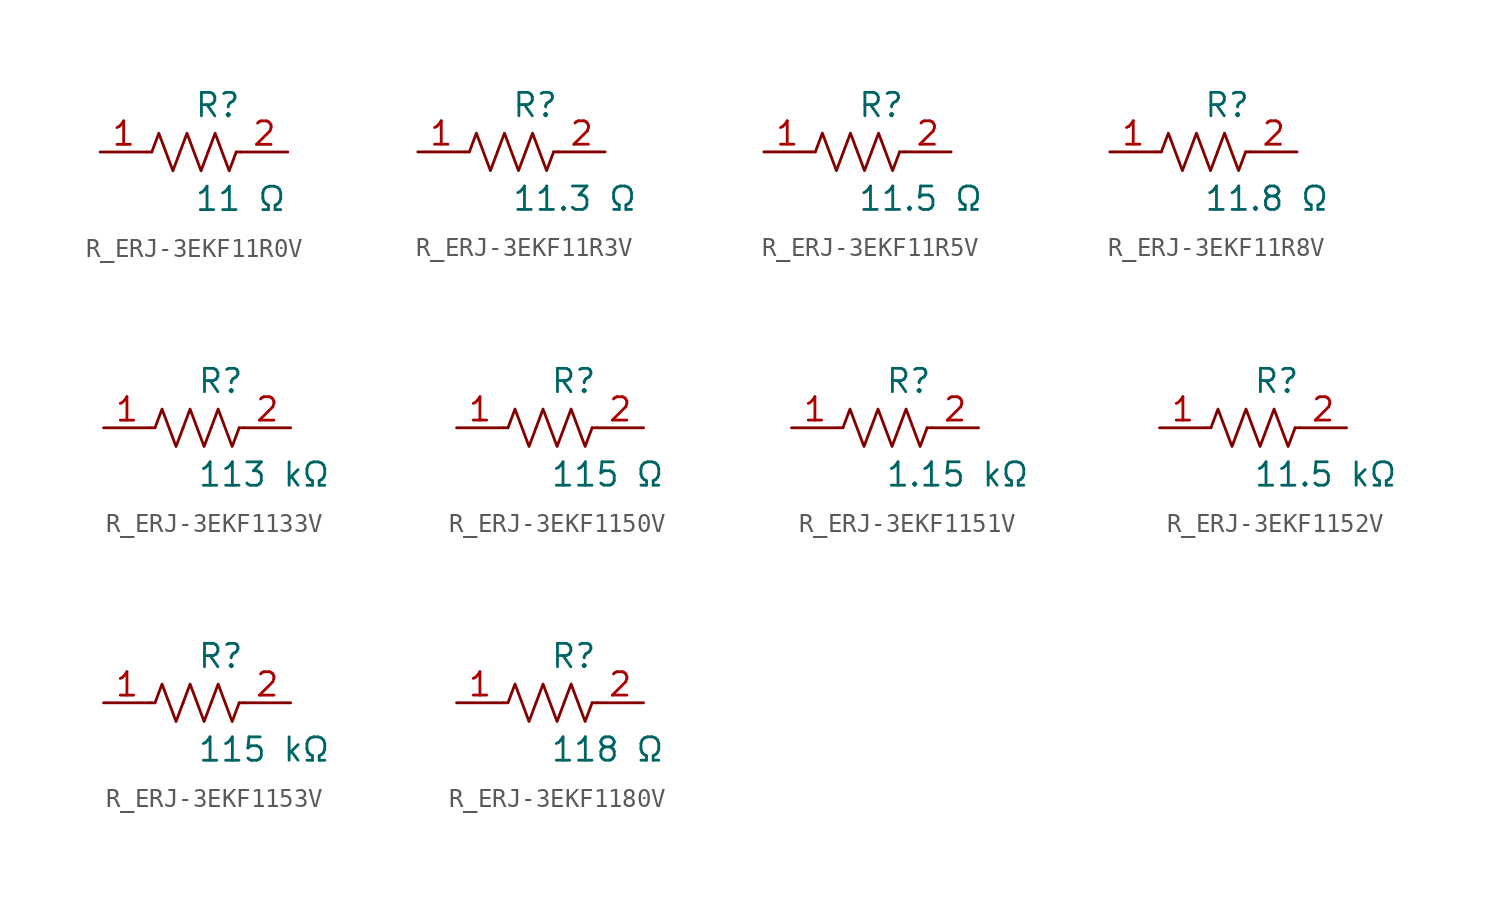
<source format=kicad_sym>
(kicad_symbol_lib
  (version 20231120)
  (generator "kicad_symbol_editor")
  (generator_version "8.0")
  (symbol "R_ERJ-3EKF11R0V"
    (pin_names
      (offset 0.254))
    (property "Reference" "R"
      (at 0 2.54 0)
      (effects (font (size 1.27 1.27)) (justify left)))
    (property "Value" "11 Ω"
      (at 0 -2.54 0)
      (effects (font (size 1.27 1.27)) (justify left)))
    (symbol "R_ERJ-3EKF11R0V_0_1"
      (polyline (pts (xy 2.286 0) (xy 2.54 0)) (stroke (width 0) (type default)) (fill (type none)))
      (polyline (pts (xy -2.286 0) (xy -2.54 0)) (stroke (width 0) (type default)) (fill (type none)))
      (polyline (pts (xy 0.762 0) (xy 1.143 1.016) (xy 1.524 0) (xy 1.905 -1.016) (xy 2.286 0)) (stroke (width 0) (type default)) (fill (type none)))
      (polyline (pts (xy -0.762 0) (xy -0.381 1.016) (xy 0 0) (xy 0.381 -1.016) (xy 0.762 0)) (stroke (width 0) (type default)) (fill (type none)))
      (polyline (pts (xy -2.286 0) (xy -1.905 1.016) (xy -1.524 0) (xy -1.143 -1.016) (xy -0.762 0)) (stroke (width 0) (type default)) (fill (type none))))
    (pin unspecified line
      (at -5.08 0 0)
      (length 2.54)
      (name "" (effects (font (size 1.27 1.27))))
      (number "1" (effects (font (size 1.27 1.27)))))
    (pin unspecified line
      (at 5.08 0 180)
      (length 2.54)
      (name "" (effects (font (size 1.27 1.27))))
      (number "2" (effects (font (size 1.27 1.27))))))
  (symbol "R_ERJ-3EKF11R3V"
    (pin_names
      (offset 0.254))
    (property "Reference" "R"
      (at 0 2.54 0)
      (effects (font (size 1.27 1.27)) (justify left)))
    (property "Value" "11.3 Ω"
      (at 0 -2.54 0)
      (effects (font (size 1.27 1.27)) (justify left)))
    (symbol "R_ERJ-3EKF11R3V_0_1"
      (polyline (pts (xy 2.286 0) (xy 2.54 0)) (stroke (width 0) (type default)) (fill (type none)))
      (polyline (pts (xy -2.286 0) (xy -2.54 0)) (stroke (width 0) (type default)) (fill (type none)))
      (polyline (pts (xy 0.762 0) (xy 1.143 1.016) (xy 1.524 0) (xy 1.905 -1.016) (xy 2.286 0)) (stroke (width 0) (type default)) (fill (type none)))
      (polyline (pts (xy -0.762 0) (xy -0.381 1.016) (xy 0 0) (xy 0.381 -1.016) (xy 0.762 0)) (stroke (width 0) (type default)) (fill (type none)))
      (polyline (pts (xy -2.286 0) (xy -1.905 1.016) (xy -1.524 0) (xy -1.143 -1.016) (xy -0.762 0)) (stroke (width 0) (type default)) (fill (type none))))
    (pin unspecified line
      (at -5.08 0 0)
      (length 2.54)
      (name "" (effects (font (size 1.27 1.27))))
      (number "1" (effects (font (size 1.27 1.27)))))
    (pin unspecified line
      (at 5.08 0 180)
      (length 2.54)
      (name "" (effects (font (size 1.27 1.27))))
      (number "2" (effects (font (size 1.27 1.27))))))
  (symbol "R_ERJ-3EKF11R5V"
    (pin_names
      (offset 0.254))
    (property "Reference" "R"
      (at 0 2.54 0)
      (effects (font (size 1.27 1.27)) (justify left)))
    (property "Value" "11.5 Ω"
      (at 0 -2.54 0)
      (effects (font (size 1.27 1.27)) (justify left)))
    (symbol "R_ERJ-3EKF11R5V_0_1"
      (polyline (pts (xy 2.286 0) (xy 2.54 0)) (stroke (width 0) (type default)) (fill (type none)))
      (polyline (pts (xy -2.286 0) (xy -2.54 0)) (stroke (width 0) (type default)) (fill (type none)))
      (polyline (pts (xy 0.762 0) (xy 1.143 1.016) (xy 1.524 0) (xy 1.905 -1.016) (xy 2.286 0)) (stroke (width 0) (type default)) (fill (type none)))
      (polyline (pts (xy -0.762 0) (xy -0.381 1.016) (xy 0 0) (xy 0.381 -1.016) (xy 0.762 0)) (stroke (width 0) (type default)) (fill (type none)))
      (polyline (pts (xy -2.286 0) (xy -1.905 1.016) (xy -1.524 0) (xy -1.143 -1.016) (xy -0.762 0)) (stroke (width 0) (type default)) (fill (type none))))
    (pin unspecified line
      (at -5.08 0 0)
      (length 2.54)
      (name "" (effects (font (size 1.27 1.27))))
      (number "1" (effects (font (size 1.27 1.27)))))
    (pin unspecified line
      (at 5.08 0 180)
      (length 2.54)
      (name "" (effects (font (size 1.27 1.27))))
      (number "2" (effects (font (size 1.27 1.27))))))
  (symbol "R_ERJ-3EKF11R8V"
    (pin_names
      (offset 0.254))
    (property "Reference" "R"
      (at 0 2.54 0)
      (effects (font (size 1.27 1.27)) (justify left)))
    (property "Value" "11.8 Ω"
      (at 0 -2.54 0)
      (effects (font (size 1.27 1.27)) (justify left)))
    (symbol "R_ERJ-3EKF11R8V_0_1"
      (polyline (pts (xy 2.286 0) (xy 2.54 0)) (stroke (width 0) (type default)) (fill (type none)))
      (polyline (pts (xy -2.286 0) (xy -2.54 0)) (stroke (width 0) (type default)) (fill (type none)))
      (polyline (pts (xy 0.762 0) (xy 1.143 1.016) (xy 1.524 0) (xy 1.905 -1.016) (xy 2.286 0)) (stroke (width 0) (type default)) (fill (type none)))
      (polyline (pts (xy -0.762 0) (xy -0.381 1.016) (xy 0 0) (xy 0.381 -1.016) (xy 0.762 0)) (stroke (width 0) (type default)) (fill (type none)))
      (polyline (pts (xy -2.286 0) (xy -1.905 1.016) (xy -1.524 0) (xy -1.143 -1.016) (xy -0.762 0)) (stroke (width 0) (type default)) (fill (type none))))
    (pin unspecified line
      (at -5.08 0 0)
      (length 2.54)
      (name "" (effects (font (size 1.27 1.27))))
      (number "1" (effects (font (size 1.27 1.27)))))
    (pin unspecified line
      (at 5.08 0 180)
      (length 2.54)
      (name "" (effects (font (size 1.27 1.27))))
      (number "2" (effects (font (size 1.27 1.27))))))
  (symbol "R_ERJ-3EKF1133V"
    (pin_names
      (offset 0.254))
    (property "Reference" "R"
      (at 0 2.54 0)
      (effects (font (size 1.27 1.27)) (justify left)))
    (property "Value" "113 kΩ"
      (at 0 -2.54 0)
      (effects (font (size 1.27 1.27)) (justify left)))
    (symbol "R_ERJ-3EKF1133V_0_1"
      (polyline (pts (xy 2.286 0) (xy 2.54 0)) (stroke (width 0) (type default)) (fill (type none)))
      (polyline (pts (xy -2.286 0) (xy -2.54 0)) (stroke (width 0) (type default)) (fill (type none)))
      (polyline (pts (xy 0.762 0) (xy 1.143 1.016) (xy 1.524 0) (xy 1.905 -1.016) (xy 2.286 0)) (stroke (width 0) (type default)) (fill (type none)))
      (polyline (pts (xy -0.762 0) (xy -0.381 1.016) (xy 0 0) (xy 0.381 -1.016) (xy 0.762 0)) (stroke (width 0) (type default)) (fill (type none)))
      (polyline (pts (xy -2.286 0) (xy -1.905 1.016) (xy -1.524 0) (xy -1.143 -1.016) (xy -0.762 0)) (stroke (width 0) (type default)) (fill (type none))))
    (pin unspecified line
      (at -5.08 0 0)
      (length 2.54)
      (name "" (effects (font (size 1.27 1.27))))
      (number "1" (effects (font (size 1.27 1.27)))))
    (pin unspecified line
      (at 5.08 0 180)
      (length 2.54)
      (name "" (effects (font (size 1.27 1.27))))
      (number "2" (effects (font (size 1.27 1.27))))))
  (symbol "R_ERJ-3EKF1150V"
    (pin_names
      (offset 0.254))
    (property "Reference" "R"
      (at 0 2.54 0)
      (effects (font (size 1.27 1.27)) (justify left)))
    (property "Value" "115 Ω"
      (at 0 -2.54 0)
      (effects (font (size 1.27 1.27)) (justify left)))
    (symbol "R_ERJ-3EKF1150V_0_1"
      (polyline (pts (xy 2.286 0) (xy 2.54 0)) (stroke (width 0) (type default)) (fill (type none)))
      (polyline (pts (xy -2.286 0) (xy -2.54 0)) (stroke (width 0) (type default)) (fill (type none)))
      (polyline (pts (xy 0.762 0) (xy 1.143 1.016) (xy 1.524 0) (xy 1.905 -1.016) (xy 2.286 0)) (stroke (width 0) (type default)) (fill (type none)))
      (polyline (pts (xy -0.762 0) (xy -0.381 1.016) (xy 0 0) (xy 0.381 -1.016) (xy 0.762 0)) (stroke (width 0) (type default)) (fill (type none)))
      (polyline (pts (xy -2.286 0) (xy -1.905 1.016) (xy -1.524 0) (xy -1.143 -1.016) (xy -0.762 0)) (stroke (width 0) (type default)) (fill (type none))))
    (pin unspecified line
      (at -5.08 0 0)
      (length 2.54)
      (name "" (effects (font (size 1.27 1.27))))
      (number "1" (effects (font (size 1.27 1.27)))))
    (pin unspecified line
      (at 5.08 0 180)
      (length 2.54)
      (name "" (effects (font (size 1.27 1.27))))
      (number "2" (effects (font (size 1.27 1.27))))))
  (symbol "R_ERJ-3EKF1151V"
    (pin_names
      (offset 0.254))
    (property "Reference" "R"
      (at 0 2.54 0)
      (effects (font (size 1.27 1.27)) (justify left)))
    (property "Value" "1.15 kΩ"
      (at 0 -2.54 0)
      (effects (font (size 1.27 1.27)) (justify left)))
    (symbol "R_ERJ-3EKF1151V_0_1"
      (polyline (pts (xy 2.286 0) (xy 2.54 0)) (stroke (width 0) (type default)) (fill (type none)))
      (polyline (pts (xy -2.286 0) (xy -2.54 0)) (stroke (width 0) (type default)) (fill (type none)))
      (polyline (pts (xy 0.762 0) (xy 1.143 1.016) (xy 1.524 0) (xy 1.905 -1.016) (xy 2.286 0)) (stroke (width 0) (type default)) (fill (type none)))
      (polyline (pts (xy -0.762 0) (xy -0.381 1.016) (xy 0 0) (xy 0.381 -1.016) (xy 0.762 0)) (stroke (width 0) (type default)) (fill (type none)))
      (polyline (pts (xy -2.286 0) (xy -1.905 1.016) (xy -1.524 0) (xy -1.143 -1.016) (xy -0.762 0)) (stroke (width 0) (type default)) (fill (type none))))
    (pin unspecified line
      (at -5.08 0 0)
      (length 2.54)
      (name "" (effects (font (size 1.27 1.27))))
      (number "1" (effects (font (size 1.27 1.27)))))
    (pin unspecified line
      (at 5.08 0 180)
      (length 2.54)
      (name "" (effects (font (size 1.27 1.27))))
      (number "2" (effects (font (size 1.27 1.27))))))
  (symbol "R_ERJ-3EKF1152V"
    (pin_names
      (offset 0.254))
    (property "Reference" "R"
      (at 0 2.54 0)
      (effects (font (size 1.27 1.27)) (justify left)))
    (property "Value" "11.5 kΩ"
      (at 0 -2.54 0)
      (effects (font (size 1.27 1.27)) (justify left)))
    (symbol "R_ERJ-3EKF1152V_0_1"
      (polyline (pts (xy 2.286 0) (xy 2.54 0)) (stroke (width 0) (type default)) (fill (type none)))
      (polyline (pts (xy -2.286 0) (xy -2.54 0)) (stroke (width 0) (type default)) (fill (type none)))
      (polyline (pts (xy 0.762 0) (xy 1.143 1.016) (xy 1.524 0) (xy 1.905 -1.016) (xy 2.286 0)) (stroke (width 0) (type default)) (fill (type none)))
      (polyline (pts (xy -0.762 0) (xy -0.381 1.016) (xy 0 0) (xy 0.381 -1.016) (xy 0.762 0)) (stroke (width 0) (type default)) (fill (type none)))
      (polyline (pts (xy -2.286 0) (xy -1.905 1.016) (xy -1.524 0) (xy -1.143 -1.016) (xy -0.762 0)) (stroke (width 0) (type default)) (fill (type none))))
    (pin unspecified line
      (at -5.08 0 0)
      (length 2.54)
      (name "" (effects (font (size 1.27 1.27))))
      (number "1" (effects (font (size 1.27 1.27)))))
    (pin unspecified line
      (at 5.08 0 180)
      (length 2.54)
      (name "" (effects (font (size 1.27 1.27))))
      (number "2" (effects (font (size 1.27 1.27))))))
  (symbol "R_ERJ-3EKF1153V"
    (pin_names
      (offset 0.254))
    (property "Reference" "R"
      (at 0 2.54 0)
      (effects (font (size 1.27 1.27)) (justify left)))
    (property "Value" "115 kΩ"
      (at 0 -2.54 0)
      (effects (font (size 1.27 1.27)) (justify left)))
    (symbol "R_ERJ-3EKF1153V_0_1"
      (polyline (pts (xy 2.286 0) (xy 2.54 0)) (stroke (width 0) (type default)) (fill (type none)))
      (polyline (pts (xy -2.286 0) (xy -2.54 0)) (stroke (width 0) (type default)) (fill (type none)))
      (polyline (pts (xy 0.762 0) (xy 1.143 1.016) (xy 1.524 0) (xy 1.905 -1.016) (xy 2.286 0)) (stroke (width 0) (type default)) (fill (type none)))
      (polyline (pts (xy -0.762 0) (xy -0.381 1.016) (xy 0 0) (xy 0.381 -1.016) (xy 0.762 0)) (stroke (width 0) (type default)) (fill (type none)))
      (polyline (pts (xy -2.286 0) (xy -1.905 1.016) (xy -1.524 0) (xy -1.143 -1.016) (xy -0.762 0)) (stroke (width 0) (type default)) (fill (type none))))
    (pin unspecified line
      (at -5.08 0 0)
      (length 2.54)
      (name "" (effects (font (size 1.27 1.27))))
      (number "1" (effects (font (size 1.27 1.27)))))
    (pin unspecified line
      (at 5.08 0 180)
      (length 2.54)
      (name "" (effects (font (size 1.27 1.27))))
      (number "2" (effects (font (size 1.27 1.27))))))
  (symbol "R_ERJ-3EKF1180V"
    (pin_names
      (offset 0.254))
    (property "Reference" "R"
      (at 0 2.54 0)
      (effects (font (size 1.27 1.27)) (justify left)))
    (property "Value" "118 Ω"
      (at 0 -2.54 0)
      (effects (font (size 1.27 1.27)) (justify left)))
    (symbol "R_ERJ-3EKF1180V_0_1"
      (polyline (pts (xy 2.286 0) (xy 2.54 0)) (stroke (width 0) (type default)) (fill (type none)))
      (polyline (pts (xy -2.286 0) (xy -2.54 0)) (stroke (width 0) (type default)) (fill (type none)))
      (polyline (pts (xy 0.762 0) (xy 1.143 1.016) (xy 1.524 0) (xy 1.905 -1.016) (xy 2.286 0)) (stroke (width 0) (type default)) (fill (type none)))
      (polyline (pts (xy -0.762 0) (xy -0.381 1.016) (xy 0 0) (xy 0.381 -1.016) (xy 0.762 0)) (stroke (width 0) (type default)) (fill (type none)))
      (polyline (pts (xy -2.286 0) (xy -1.905 1.016) (xy -1.524 0) (xy -1.143 -1.016) (xy -0.762 0)) (stroke (width 0) (type default)) (fill (type none))))
    (pin unspecified line
      (at -5.08 0 0)
      (length 2.54)
      (name "" (effects (font (size 1.27 1.27))))
      (number "1" (effects (font (size 1.27 1.27)))))
    (pin unspecified line
      (at 5.08 0 180)
      (length 2.54)
      (name "" (effects (font (size 1.27 1.27))))
      (number "2" (effects (font (size 1.27 1.27)))))))
</source>
